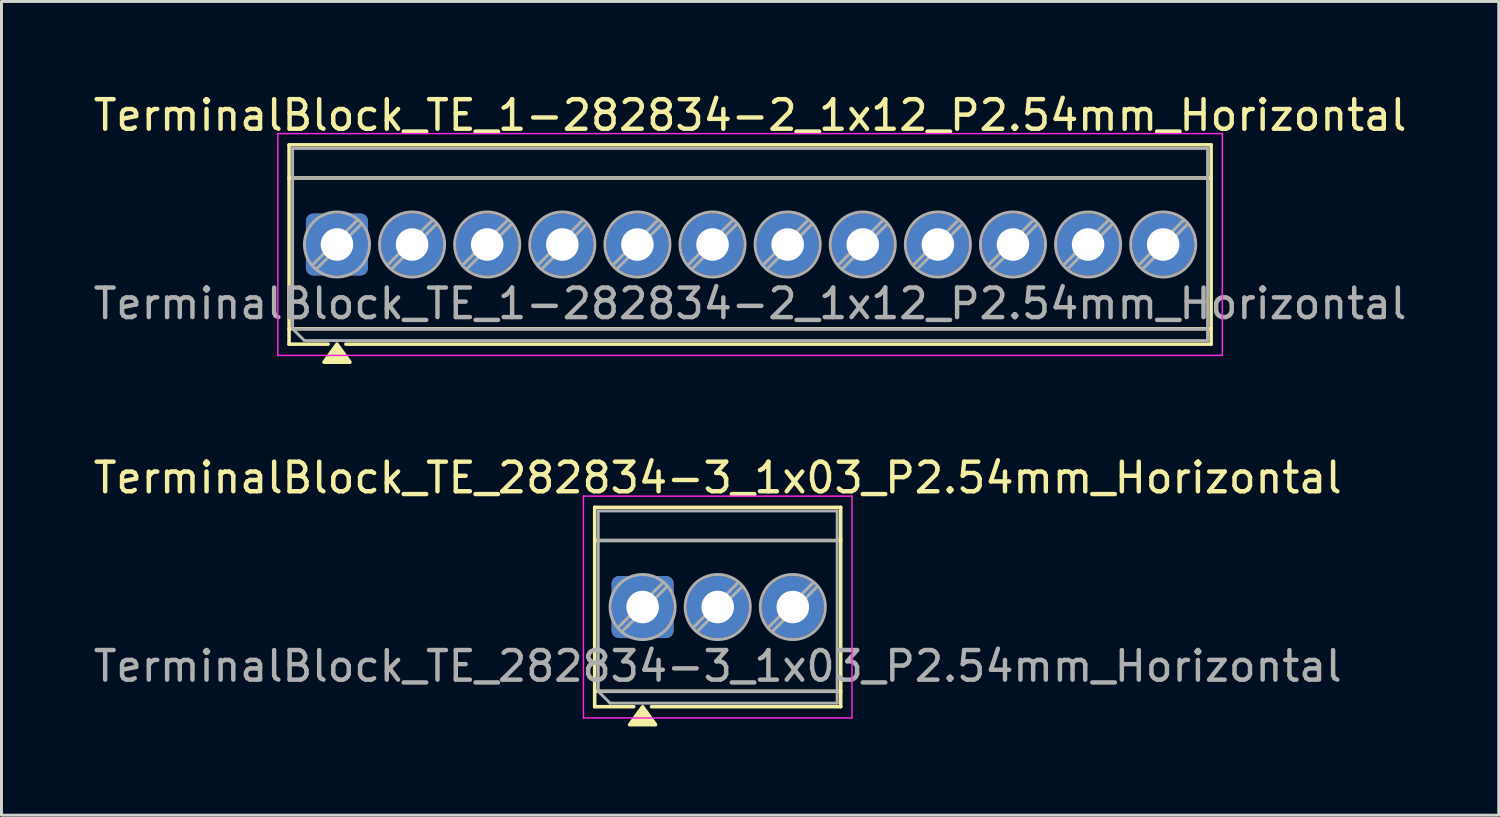
<source format=kicad_pcb>
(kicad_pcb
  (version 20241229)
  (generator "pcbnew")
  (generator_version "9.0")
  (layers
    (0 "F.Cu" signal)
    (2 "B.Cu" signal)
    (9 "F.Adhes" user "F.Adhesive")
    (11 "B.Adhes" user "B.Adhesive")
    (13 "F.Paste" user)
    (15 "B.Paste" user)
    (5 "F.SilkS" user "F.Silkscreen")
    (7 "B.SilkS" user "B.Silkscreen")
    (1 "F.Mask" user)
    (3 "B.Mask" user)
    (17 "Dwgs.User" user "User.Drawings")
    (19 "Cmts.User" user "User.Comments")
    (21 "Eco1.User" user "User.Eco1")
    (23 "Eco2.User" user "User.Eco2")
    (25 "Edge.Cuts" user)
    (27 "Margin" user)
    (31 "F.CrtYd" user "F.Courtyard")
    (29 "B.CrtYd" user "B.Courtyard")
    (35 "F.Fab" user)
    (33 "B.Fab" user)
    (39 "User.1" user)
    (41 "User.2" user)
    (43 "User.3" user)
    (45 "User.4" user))
  (footprint "TerminalBlock_TE_282834-3_1x03_P2.54mm_Horizontal"
    (layer "F.Cu")
    (at 18.68 17.477)
    (property "Reference" "TerminalBlock_TE_282834-3_1x03_P2.54mm_Horizontal" (at 2.54 -4.37 0) (layer "F.SilkS") (effects (font (size 1 1) (thickness 0.15))))
    (attr through_hole)
    (fp_line (start -1.62 -3.37) (end -1.62 3.37) (stroke (width 0.12) (type solid)) (layer "F.SilkS"))
    (fp_line (start -1.62 -3.37) (end 6.7 -3.37) (stroke (width 0.12) (type solid)) (layer "F.SilkS"))
    (fp_line (start -1.62 -2.25) (end 6.7 -2.25) (stroke (width 0.12) (type solid)) (layer "F.SilkS"))
    (fp_line (start -1.62 2.85) (end 6.7 2.85) (stroke (width 0.12) (type solid)) (layer "F.SilkS"))
    (fp_line (start -1.62 3.37) (end -0.3 3.37) (stroke (width 0.12) (type solid)) (layer "F.SilkS"))
    (fp_line (start 0.3 3.37) (end 6.7 3.37) (stroke (width 0.12) (type solid)) (layer "F.SilkS"))
    (fp_line (start 6.7 -3.37) (end 6.7 3.37) (stroke (width 0.12) (type solid)) (layer "F.SilkS"))
    (fp_poly (pts (xy 0 3.37) (xy 0.44 3.98) (xy -0.44 3.98)) (stroke (width 0.12) (type solid)) (fill yes) (layer "F.SilkS"))
    (fp_line (start -2 -3.75) (end -2 3.75) (stroke (width 0.05) (type solid)) (layer "F.CrtYd"))
    (fp_line (start -2 3.75) (end 7.08 3.75) (stroke (width 0.05) (type solid)) (layer "F.CrtYd"))
    (fp_line (start 7.08 -3.75) (end -2 -3.75) (stroke (width 0.05) (type solid)) (layer "F.CrtYd"))
    (fp_line (start 7.08 3.75) (end 7.08 -3.75) (stroke (width 0.05) (type solid)) (layer "F.CrtYd"))
    (fp_line (start -1.5 -3.25) (end 6.58 -3.25) (stroke (width 0.1) (type solid)) (layer "F.Fab"))
    (fp_line (start -1.5 -2.25) (end 6.58 -2.25) (stroke (width 0.1) (type solid)) (layer "F.Fab"))
    (fp_line (start -1.5 2.85) (end -1.5 -3.25) (stroke (width 0.1) (type solid)) (layer "F.Fab"))
    (fp_line (start -1.5 2.85) (end 6.58 2.85) (stroke (width 0.1) (type solid)) (layer "F.Fab"))
    (fp_line (start -1.1 3.25) (end -1.5 2.85) (stroke (width 0.1) (type solid)) (layer "F.Fab"))
    (fp_line (start 0.7 -0.834) (end -0.834 0.7) (stroke (width 0.1) (type solid)) (layer "F.Fab"))
    (fp_line (start 0.834 -0.7) (end -0.7 0.834) (stroke (width 0.1) (type solid)) (layer "F.Fab"))
    (fp_line (start 3.24 -0.834) (end 1.706 0.7) (stroke (width 0.1) (type solid)) (layer "F.Fab"))
    (fp_line (start 3.374 -0.7) (end 1.84 0.834) (stroke (width 0.1) (type solid)) (layer "F.Fab"))
    (fp_line (start 5.78 -0.834) (end 4.246 0.7) (stroke (width 0.1) (type solid)) (layer "F.Fab"))
    (fp_line (start 5.914 -0.7) (end 4.38 0.834) (stroke (width 0.1) (type solid)) (layer "F.Fab"))
    (fp_line (start 6.58 -3.25) (end 6.58 3.25) (stroke (width 0.1) (type solid)) (layer "F.Fab"))
    (fp_line (start 6.58 3.25) (end -1.1 3.25) (stroke (width 0.1) (type solid)) (layer "F.Fab"))
    (fp_circle (center 0 0) (end 1.1 0) (stroke (width 0.1) (type solid)) (fill no) (layer "F.Fab"))
    (fp_circle (center 2.54 0) (end 3.64 0) (stroke (width 0.1) (type solid)) (fill no) (layer "F.Fab"))
    (fp_circle (center 5.08 0) (end 6.18 0) (stroke (width 0.1) (type solid)) (fill no) (layer "F.Fab"))
    (fp_text user "${REFERENCE}" (at 2.54 2 0) (layer "F.Fab") (effects (font (size 1 1) (thickness 0.15))))
    (pad "1" thru_hole roundrect (at 0 0) (size 2.1 2.1) (drill 1.1) (layers "*.Cu" "*.Mask") (roundrect_rratio 0.119))
    (pad "2" thru_hole circle (at 2.54 0) (size 2.1 2.1) (drill 1.1) (layers "*.Cu" "*.Mask"))
    (pad "3" thru_hole circle (at 5.08 0) (size 2.1 2.1) (drill 1.1) (layers "*.Cu" "*.Mask")))
  (footprint "TerminalBlock_TE_1-282834-2_1x12_P2.54mm_Horizontal"
    (layer "F.Cu")
    (at 8.345 5.218)
    (property "Reference" "TerminalBlock_TE_1-282834-2_1x12_P2.54mm_Horizontal" (at 13.97 -4.37 0) (layer "F.SilkS") (effects (font (size 1 1) (thickness 0.15))))
    (attr through_hole)
    (fp_line (start -1.62 -3.37) (end -1.62 3.37) (stroke (width 0.12) (type solid)) (layer "F.SilkS"))
    (fp_line (start -1.62 -3.37) (end 29.56 -3.37) (stroke (width 0.12) (type solid)) (layer "F.SilkS"))
    (fp_line (start -1.62 -2.25) (end 29.56 -2.25) (stroke (width 0.12) (type solid)) (layer "F.SilkS"))
    (fp_line (start -1.62 2.85) (end 29.56 2.85) (stroke (width 0.12) (type solid)) (layer "F.SilkS"))
    (fp_line (start -1.62 3.37) (end -0.3 3.37) (stroke (width 0.12) (type solid)) (layer "F.SilkS"))
    (fp_line (start 0.3 3.37) (end 29.56 3.37) (stroke (width 0.12) (type solid)) (layer "F.SilkS"))
    (fp_line (start 29.56 -3.37) (end 29.56 3.37) (stroke (width 0.12) (type solid)) (layer "F.SilkS"))
    (fp_poly (pts (xy 0 3.37) (xy 0.44 3.98) (xy -0.44 3.98)) (stroke (width 0.12) (type solid)) (fill yes) (layer "F.SilkS"))
    (fp_line (start -2 -3.75) (end -2 3.75) (stroke (width 0.05) (type solid)) (layer "F.CrtYd"))
    (fp_line (start -2 3.75) (end 29.94 3.75) (stroke (width 0.05) (type solid)) (layer "F.CrtYd"))
    (fp_line (start 29.94 -3.75) (end -2 -3.75) (stroke (width 0.05) (type solid)) (layer "F.CrtYd"))
    (fp_line (start 29.94 3.75) (end 29.94 -3.75) (stroke (width 0.05) (type solid)) (layer "F.CrtYd"))
    (fp_line (start -1.5 -3.25) (end 29.44 -3.25) (stroke (width 0.1) (type solid)) (layer "F.Fab"))
    (fp_line (start -1.5 -2.25) (end 29.44 -2.25) (stroke (width 0.1) (type solid)) (layer "F.Fab"))
    (fp_line (start -1.5 2.85) (end -1.5 -3.25) (stroke (width 0.1) (type solid)) (layer "F.Fab"))
    (fp_line (start -1.5 2.85) (end 29.44 2.85) (stroke (width 0.1) (type solid)) (layer "F.Fab"))
    (fp_line (start -1.1 3.25) (end -1.5 2.85) (stroke (width 0.1) (type solid)) (layer "F.Fab"))
    (fp_line (start 0.7 -0.834) (end -0.834 0.7) (stroke (width 0.1) (type solid)) (layer "F.Fab"))
    (fp_line (start 0.834 -0.7) (end -0.7 0.834) (stroke (width 0.1) (type solid)) (layer "F.Fab"))
    (fp_line (start 3.24 -0.834) (end 1.706 0.7) (stroke (width 0.1) (type solid)) (layer "F.Fab"))
    (fp_line (start 3.374 -0.7) (end 1.84 0.834) (stroke (width 0.1) (type solid)) (layer "F.Fab"))
    (fp_line (start 5.78 -0.834) (end 4.246 0.7) (stroke (width 0.1) (type solid)) (layer "F.Fab"))
    (fp_line (start 5.914 -0.7) (end 4.38 0.834) (stroke (width 0.1) (type solid)) (layer "F.Fab"))
    (fp_line (start 8.32 -0.834) (end 6.786 0.7) (stroke (width 0.1) (type solid)) (layer "F.Fab"))
    (fp_line (start 8.454 -0.7) (end 6.92 0.834) (stroke (width 0.1) (type solid)) (layer "F.Fab"))
    (fp_line (start 10.86 -0.834) (end 9.326 0.7) (stroke (width 0.1) (type solid)) (layer "F.Fab"))
    (fp_line (start 10.994 -0.7) (end 9.46 0.834) (stroke (width 0.1) (type solid)) (layer "F.Fab"))
    (fp_line (start 13.4 -0.834) (end 11.866 0.7) (stroke (width 0.1) (type solid)) (layer "F.Fab"))
    (fp_line (start 13.534 -0.7) (end 12 0.834) (stroke (width 0.1) (type solid)) (layer "F.Fab"))
    (fp_line (start 15.94 -0.834) (end 14.406 0.7) (stroke (width 0.1) (type solid)) (layer "F.Fab"))
    (fp_line (start 16.074 -0.7) (end 14.54 0.834) (stroke (width 0.1) (type solid)) (layer "F.Fab"))
    (fp_line (start 18.48 -0.834) (end 16.946 0.7) (stroke (width 0.1) (type solid)) (layer "F.Fab"))
    (fp_line (start 18.614 -0.7) (end 17.08 0.834) (stroke (width 0.1) (type solid)) (layer "F.Fab"))
    (fp_line (start 21.02 -0.834) (end 19.486 0.7) (stroke (width 0.1) (type solid)) (layer "F.Fab"))
    (fp_line (start 21.154 -0.7) (end 19.62 0.834) (stroke (width 0.1) (type solid)) (layer "F.Fab"))
    (fp_line (start 23.56 -0.834) (end 22.026 0.7) (stroke (width 0.1) (type solid)) (layer "F.Fab"))
    (fp_line (start 23.694 -0.7) (end 22.16 0.834) (stroke (width 0.1) (type solid)) (layer "F.Fab"))
    (fp_line (start 26.1 -0.834) (end 24.566 0.7) (stroke (width 0.1) (type solid)) (layer "F.Fab"))
    (fp_line (start 26.234 -0.7) (end 24.7 0.834) (stroke (width 0.1) (type solid)) (layer "F.Fab"))
    (fp_line (start 28.64 -0.834) (end 27.106 0.7) (stroke (width 0.1) (type solid)) (layer "F.Fab"))
    (fp_line (start 28.774 -0.7) (end 27.24 0.834) (stroke (width 0.1) (type solid)) (layer "F.Fab"))
    (fp_line (start 29.44 -3.25) (end 29.44 3.25) (stroke (width 0.1) (type solid)) (layer "F.Fab"))
    (fp_line (start 29.44 3.25) (end -1.1 3.25) (stroke (width 0.1) (type solid)) (layer "F.Fab"))
    (fp_circle (center 0 0) (end 1.1 0) (stroke (width 0.1) (type solid)) (fill no) (layer "F.Fab"))
    (fp_circle (center 2.54 0) (end 3.64 0) (stroke (width 0.1) (type solid)) (fill no) (layer "F.Fab"))
    (fp_circle (center 5.08 0) (end 6.18 0) (stroke (width 0.1) (type solid)) (fill no) (layer "F.Fab"))
    (fp_circle (center 7.62 0) (end 8.72 0) (stroke (width 0.1) (type solid)) (fill no) (layer "F.Fab"))
    (fp_circle (center 10.16 0) (end 11.26 0) (stroke (width 0.1) (type solid)) (fill no) (layer "F.Fab"))
    (fp_circle (center 12.7 0) (end 13.8 0) (stroke (width 0.1) (type solid)) (fill no) (layer "F.Fab"))
    (fp_circle (center 15.24 0) (end 16.34 0) (stroke (width 0.1) (type solid)) (fill no) (layer "F.Fab"))
    (fp_circle (center 17.78 0) (end 18.88 0) (stroke (width 0.1) (type solid)) (fill no) (layer "F.Fab"))
    (fp_circle (center 20.32 0) (end 21.42 0) (stroke (width 0.1) (type solid)) (fill no) (layer "F.Fab"))
    (fp_circle (center 22.86 0) (end 23.96 0) (stroke (width 0.1) (type solid)) (fill no) (layer "F.Fab"))
    (fp_circle (center 25.4 0) (end 26.5 0) (stroke (width 0.1) (type solid)) (fill no) (layer "F.Fab"))
    (fp_circle (center 27.94 0) (end 29.04 0) (stroke (width 0.1) (type solid)) (fill no) (layer "F.Fab"))
    (fp_text user "${REFERENCE}" (at 13.97 2 0) (layer "F.Fab") (effects (font (size 1 1) (thickness 0.15))))
    (pad "1" thru_hole roundrect (at 0 0) (size 2.1 2.1) (drill 1.1) (layers "*.Cu" "*.Mask") (roundrect_rratio 0.119))
    (pad "2" thru_hole circle (at 2.54 0) (size 2.1 2.1) (drill 1.1) (layers "*.Cu" "*.Mask"))
    (pad "3" thru_hole circle (at 5.08 0) (size 2.1 2.1) (drill 1.1) (layers "*.Cu" "*.Mask"))
    (pad "4" thru_hole circle (at 7.62 0) (size 2.1 2.1) (drill 1.1) (layers "*.Cu" "*.Mask"))
    (pad "5" thru_hole circle (at 10.16 0) (size 2.1 2.1) (drill 1.1) (layers "*.Cu" "*.Mask"))
    (pad "6" thru_hole circle (at 12.7 0) (size 2.1 2.1) (drill 1.1) (layers "*.Cu" "*.Mask"))
    (pad "7" thru_hole circle (at 15.24 0) (size 2.1 2.1) (drill 1.1) (layers "*.Cu" "*.Mask"))
    (pad "8" thru_hole circle (at 17.78 0) (size 2.1 2.1) (drill 1.1) (layers "*.Cu" "*.Mask"))
    (pad "9" thru_hole circle (at 20.32 0) (size 2.1 2.1) (drill 1.1) (layers "*.Cu" "*.Mask"))
    (pad "10" thru_hole circle (at 22.86 0) (size 2.1 2.1) (drill 1.1) (layers "*.Cu" "*.Mask"))
    (pad "11" thru_hole circle (at 25.4 0) (size 2.1 2.1) (drill 1.1) (layers "*.Cu" "*.Mask"))
    (pad "12" thru_hole circle (at 27.94 0) (size 2.1 2.1) (drill 1.1) (layers "*.Cu" "*.Mask")))
  (gr_rect
    (start -3 -3)
    (end 47.631 24.517)
    (stroke (width 0.1) (type default))
    (fill no)
    (layer "Edge.Cuts")))
</source>
